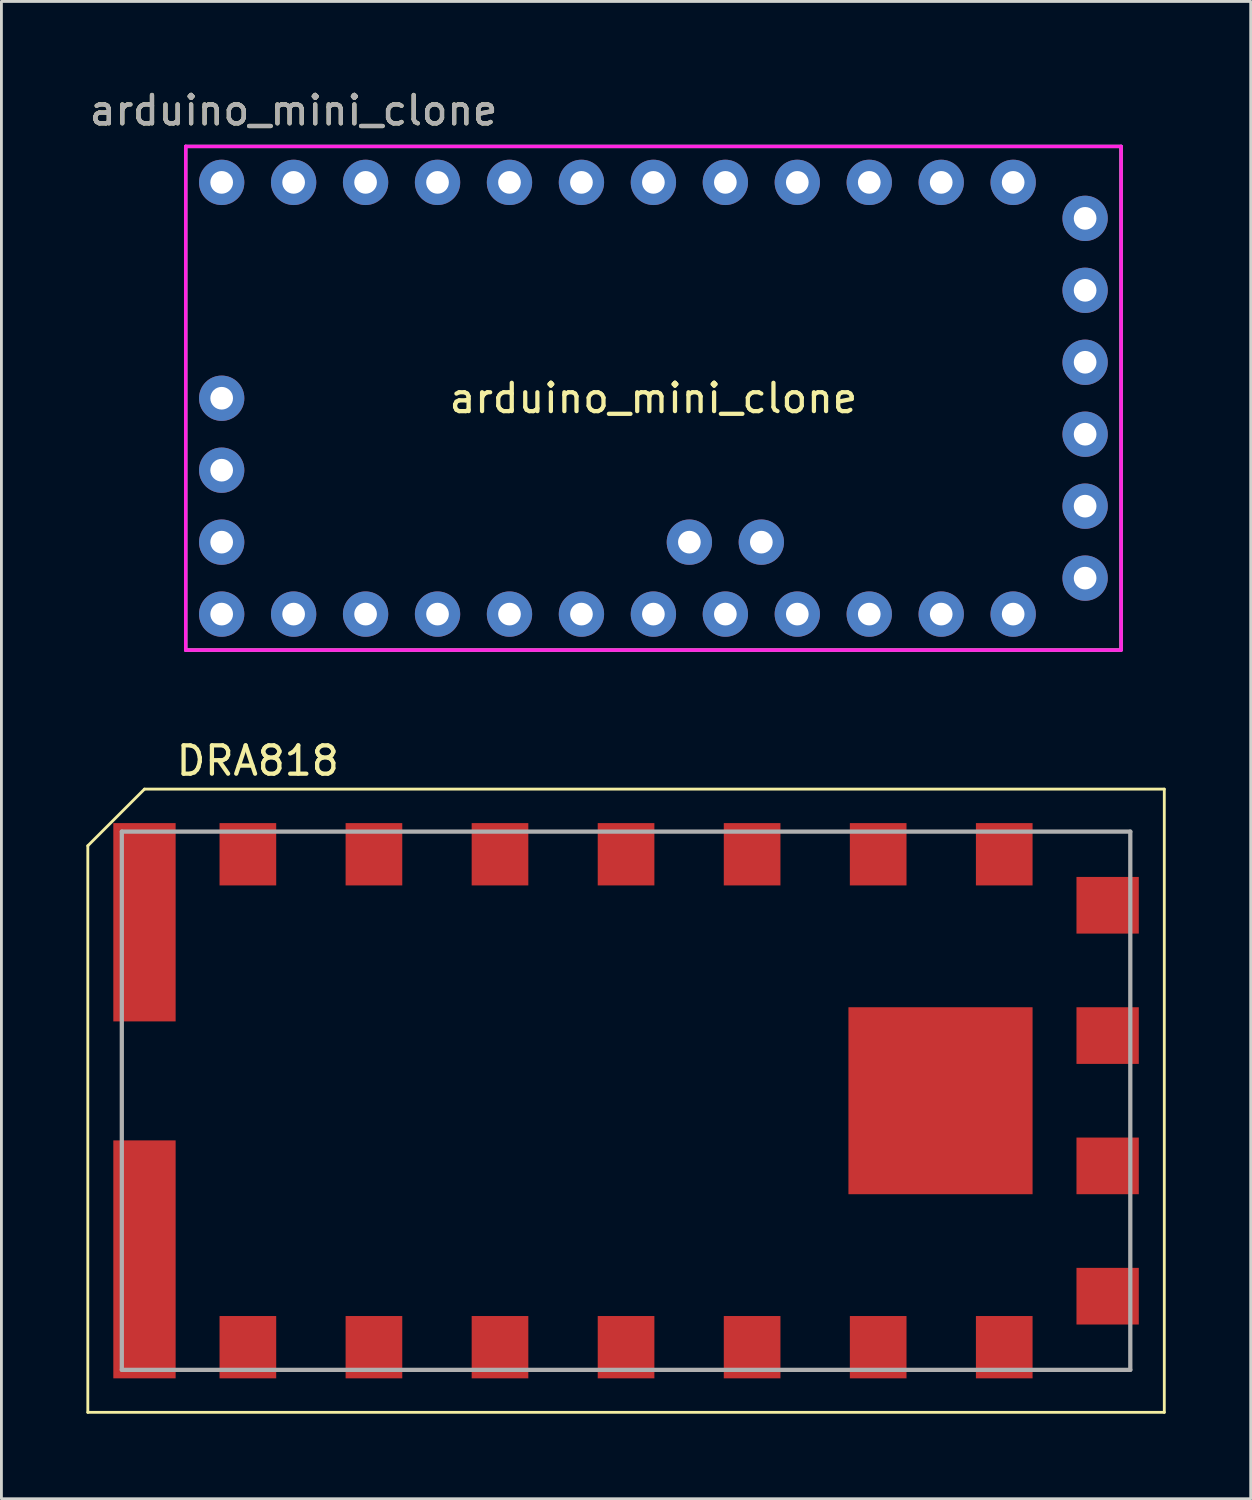
<source format=kicad_pcb>
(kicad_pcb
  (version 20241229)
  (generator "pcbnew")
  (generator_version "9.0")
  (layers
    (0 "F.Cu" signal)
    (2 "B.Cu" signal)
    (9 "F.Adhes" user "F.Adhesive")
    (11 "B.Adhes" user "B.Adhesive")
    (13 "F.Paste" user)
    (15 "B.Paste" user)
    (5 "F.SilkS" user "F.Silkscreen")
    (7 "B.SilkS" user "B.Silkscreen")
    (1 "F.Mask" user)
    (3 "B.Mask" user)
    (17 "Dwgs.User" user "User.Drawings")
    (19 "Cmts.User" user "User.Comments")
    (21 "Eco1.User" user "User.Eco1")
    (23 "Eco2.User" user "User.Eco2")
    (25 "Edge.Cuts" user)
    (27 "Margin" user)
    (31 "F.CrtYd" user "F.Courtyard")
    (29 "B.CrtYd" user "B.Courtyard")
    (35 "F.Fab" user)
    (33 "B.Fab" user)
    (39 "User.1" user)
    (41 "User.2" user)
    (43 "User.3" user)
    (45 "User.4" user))
  (footprint "arduino_mini_clone"
    (layer "F.Cu")
    (at 20.015 11.008)
    (property "Reference" "arduino_mini_clone" (at -12.7 -10.16 0) (layer "F.SilkS") (effects (font (size 1 1) (thickness 0.15))))
    (property "Value" "arduino_mini_clone" (at 0 0 0) (layer "F.Fab") (hide yes) (effects (font (size 1 1) (thickness 0.15))))
    (attr through_hole)
    (fp_line (start -16.51 -8.89) (end -16.51 8.89) (stroke (width 0.1) (type solid)) (layer "F.SilkS"))
    (fp_line (start -16.51 8.89) (end 16.51 8.89) (stroke (width 0.1) (type solid)) (layer "F.SilkS"))
    (fp_line (start 16.51 -8.89) (end -16.51 -8.89) (stroke (width 0.1) (type solid)) (layer "F.SilkS"))
    (fp_line (start 16.51 8.89) (end 16.51 -8.89) (stroke (width 0.1) (type solid)) (layer "F.SilkS"))
    (fp_line (start -16.51 -8.89) (end -16.51 8.89) (stroke (width 0.12) (type solid)) (layer "F.CrtYd"))
    (fp_line (start -16.51 8.89) (end 16.51 8.89) (stroke (width 0.12) (type solid)) (layer "F.CrtYd"))
    (fp_line (start 16.51 -8.89) (end -16.51 -8.89) (stroke (width 0.12) (type solid)) (layer "F.CrtYd"))
    (fp_line (start 16.51 8.89) (end 16.51 -8.89) (stroke (width 0.12) (type solid)) (layer "F.CrtYd"))
    (fp_line (start -16.51 -8.89) (end -16.51 8.89) (stroke (width 0.12) (type solid)) (layer "F.Fab"))
    (fp_line (start -16.51 8.89) (end 16.51 8.89) (stroke (width 0.12) (type solid)) (layer "F.Fab"))
    (fp_line (start 16.51 -8.89) (end -16.51 -8.89) (stroke (width 0.12) (type solid)) (layer "F.Fab"))
    (fp_line (start 16.51 8.89) (end 16.51 -8.89) (stroke (width 0.12) (type solid)) (layer "F.Fab"))
    (fp_text user "${VALUE}" (at 0 0 0) (layer "F.SilkS") (effects (font (size 1 1) (thickness 0.15))))
    (fp_text user "${REFERENCE}" (at -12.7 -10.16 0) (layer "F.Fab") (effects (font (size 1 1) (thickness 0.15))))
    (pad "1" thru_hole circle (at -15.24 0) (size 1.6 1.6) (drill 0.8) (layers "*.Cu" "*.Mask"))
    (pad "2" thru_hole circle (at -15.24 2.54) (size 1.6 1.6) (drill 0.8) (layers "*.Cu" "*.Mask"))
    (pad "3" thru_hole circle (at -15.24 5.08) (size 1.6 1.6) (drill 0.8) (layers "*.Cu" "*.Mask"))
    (pad "4" thru_hole circle (at -15.24 7.62) (size 1.6 1.6) (drill 0.8) (layers "*.Cu" "*.Mask"))
    (pad "5" thru_hole circle (at -12.7 7.62) (size 1.6 1.6) (drill 0.8) (layers "*.Cu" "*.Mask"))
    (pad "6" thru_hole circle (at -10.16 7.62) (size 1.6 1.6) (drill 0.8) (layers "*.Cu" "*.Mask"))
    (pad "7" thru_hole circle (at -7.62 7.62) (size 1.6 1.6) (drill 0.8) (layers "*.Cu" "*.Mask"))
    (pad "8" thru_hole circle (at -5.08 7.62) (size 1.6 1.6) (drill 0.8) (layers "*.Cu" "*.Mask"))
    (pad "9" thru_hole circle (at -2.54 7.62) (size 1.6 1.6) (drill 0.8) (layers "*.Cu" "*.Mask"))
    (pad "10" thru_hole circle (at 0 7.62) (size 1.6 1.6) (drill 0.8) (layers "*.Cu" "*.Mask"))
    (pad "11" thru_hole circle (at 2.54 7.62) (size 1.6 1.6) (drill 0.8) (layers "*.Cu" "*.Mask"))
    (pad "12" thru_hole circle (at 5.08 7.62) (size 1.6 1.6) (drill 0.8) (layers "*.Cu" "*.Mask"))
    (pad "13" thru_hole circle (at 7.62 7.62) (size 1.6 1.6) (drill 0.8) (layers "*.Cu" "*.Mask"))
    (pad "14" thru_hole circle (at 10.16 7.62) (size 1.6 1.6) (drill 0.8) (layers "*.Cu" "*.Mask"))
    (pad "15" thru_hole circle (at 12.7 7.62) (size 1.6 1.6) (drill 0.8) (layers "*.Cu" "*.Mask"))
    (pad "16" thru_hole circle (at 15.24 6.35) (size 1.6 1.6) (drill 0.8) (layers "*.Cu" "*.Mask"))
    (pad "17" thru_hole circle (at 15.24 3.81) (size 1.6 1.6) (drill 0.8) (layers "*.Cu" "*.Mask"))
    (pad "18" thru_hole circle (at 15.24 1.27) (size 1.6 1.6) (drill 0.8) (layers "*.Cu" "*.Mask"))
    (pad "19" thru_hole circle (at 15.24 -1.27) (size 1.6 1.6) (drill 0.8) (layers "*.Cu" "*.Mask"))
    (pad "20" thru_hole circle (at 15.24 -3.81) (size 1.6 1.6) (drill 0.8) (layers "*.Cu" "*.Mask"))
    (pad "21" thru_hole circle (at 15.24 -6.35) (size 1.6 1.6) (drill 0.8) (layers "*.Cu" "*.Mask"))
    (pad "22" thru_hole circle (at 12.7 -7.62) (size 1.6 1.6) (drill 0.8) (layers "*.Cu" "*.Mask"))
    (pad "23" thru_hole circle (at 10.16 -7.62) (size 1.6 1.6) (drill 0.8) (layers "*.Cu" "*.Mask"))
    (pad "24" thru_hole circle (at 7.62 -7.62) (size 1.6 1.6) (drill 0.8) (layers "*.Cu" "*.Mask"))
    (pad "25" thru_hole circle (at 5.08 -7.62) (size 1.6 1.6) (drill 0.8) (layers "*.Cu" "*.Mask"))
    (pad "26" thru_hole circle (at 2.54 -7.62) (size 1.6 1.6) (drill 0.8) (layers "*.Cu" "*.Mask"))
    (pad "27" thru_hole circle (at 0 -7.62) (size 1.6 1.6) (drill 0.8) (layers "*.Cu" "*.Mask"))
    (pad "28" thru_hole circle (at -2.54 -7.62) (size 1.6 1.6) (drill 0.8) (layers "*.Cu" "*.Mask"))
    (pad "29" thru_hole circle (at -5.08 -7.62) (size 1.6 1.6) (drill 0.8) (layers "*.Cu" "*.Mask"))
    (pad "30" thru_hole circle (at -7.62 -7.62) (size 1.6 1.6) (drill 0.8) (layers "*.Cu" "*.Mask"))
    (pad "31" thru_hole circle (at -10.16 -7.62) (size 1.6 1.6) (drill 0.8) (layers "*.Cu" "*.Mask"))
    (pad "32" thru_hole circle (at -12.7 -7.62) (size 1.6 1.6) (drill 0.8) (layers "*.Cu" "*.Mask"))
    (pad "33" thru_hole circle (at -15.24 -7.62) (size 1.6 1.6) (drill 0.8) (layers "*.Cu" "*.Mask"))
    (pad "34" thru_hole circle (at 1.27 5.08) (size 1.6 1.6) (drill 0.8) (layers "*.Cu" "*.Mask"))
    (pad "35" thru_hole circle (at 3.81 5.08) (size 1.6 1.6) (drill 0.8) (layers "*.Cu" "*.Mask")))
  (footprint "DRA818"
    (layer "F.Cu")
    (at 19.05 35.806)
    (property "Reference" "DRA818" (at -13 -12 0) (layer "F.SilkS") (effects (font (size 1 1) (thickness 0.15))))
    (attr through_hole)
    (fp_line (start -19 -9) (end -17 -11) (stroke (width 0.1) (type solid)) (layer "F.SilkS"))
    (fp_line (start -19 11) (end -19 -9) (stroke (width 0.1) (type solid)) (layer "F.SilkS"))
    (fp_line (start -17 -11) (end 19 -11) (stroke (width 0.1) (type solid)) (layer "F.SilkS"))
    (fp_line (start 19 -11) (end 19 11) (stroke (width 0.1) (type solid)) (layer "F.SilkS"))
    (fp_line (start 19 11) (end -19 11) (stroke (width 0.1) (type solid)) (layer "F.SilkS"))
    (fp_line (start -17.8 -9.5) (end 17.8 -9.5) (stroke (width 0.15) (type solid)) (layer "F.Fab"))
    (fp_line (start -17.8 9.5) (end -17.8 -9.5) (stroke (width 0.15) (type solid)) (layer "F.Fab"))
    (fp_line (start 17.8 -9.5) (end 17.8 9.5) (stroke (width 0.15) (type solid)) (layer "F.Fab"))
    (fp_line (start 17.8 9.5) (end -17.8 9.5) (stroke (width 0.15) (type solid)) (layer "F.Fab"))
    (pad "1" smd rect (at -13.35 -8.7) (size 2 2.2) (layers "F.Cu" "F.Mask" "F.Paste"))
    (pad "2" smd rect (at -8.9 -8.7) (size 2 2.2) (layers "F.Cu" "F.Mask" "F.Paste"))
    (pad "3" smd rect (at -4.45 -8.7) (size 2 2.2) (layers "F.Cu" "F.Mask" "F.Paste"))
    (pad "4" smd rect (at 0 -8.7) (size 2 2.2) (layers "F.Cu" "F.Mask" "F.Paste"))
    (pad "5" smd rect (at 4.45 -8.7) (size 2 2.2) (layers "F.Cu" "F.Mask" "F.Paste"))
    (pad "6" smd rect (at 8.9 -8.7) (size 2 2.2) (layers "F.Cu" "F.Mask" "F.Paste"))
    (pad "7" smd rect (at 13.35 -8.7) (size 2 2.2) (layers "F.Cu" "F.Mask" "F.Paste"))
    (pad "8" smd rect (at 17 -6.9 90) (size 2 2.2) (layers "F.Cu" "F.Mask" "F.Paste"))
    (pad "9" smd rect (at 17 -2.3 90) (size 2 2.2) (layers "F.Cu" "F.Mask" "F.Paste"))
    (pad "10" smd rect (at 17 2.3 90) (size 2 2.2) (layers "F.Cu" "F.Mask" "F.Paste"))
    (pad "11" smd rect (at 17 6.9 90) (size 2 2.2) (layers "F.Cu" "F.Mask" "F.Paste"))
    (pad "12" smd rect (at 13.35 8.7) (size 2 2.2) (layers "F.Cu" "F.Mask" "F.Paste"))
    (pad "13" smd rect (at 8.9 8.7) (size 2 2.2) (layers "F.Cu" "F.Mask" "F.Paste"))
    (pad "14" smd rect (at 4.45 8.7) (size 2 2.2) (layers "F.Cu" "F.Mask" "F.Paste"))
    (pad "15" smd rect (at 0 8.7) (size 2 2.2) (layers "F.Cu" "F.Mask" "F.Paste"))
    (pad "16" smd rect (at -4.45 8.7) (size 2 2.2) (layers "F.Cu" "F.Mask" "F.Paste"))
    (pad "17" smd rect (at -8.9 8.7) (size 2 2.2) (layers "F.Cu" "F.Mask" "F.Paste"))
    (pad "18" smd rect (at -13.35 8.7) (size 2 2.2) (layers "F.Cu" "F.Mask" "F.Paste"))
    (pad "P1" smd rect (at 11.1 0) (size 6.5 6.6) (layers "F.Cu" "F.Mask" "F.Paste"))
    (pad "P2" smd rect (at -17 -6.3) (size 2.2 7) (layers "F.Cu" "F.Mask" "F.Paste"))
    (pad "P3" smd rect (at -17 5.6) (size 2.2 8.4) (layers "F.Cu" "F.Mask" "F.Paste")))
  (gr_rect
    (start -3 -3)
    (end 41.1 49.856)
    (stroke (width 0.1) (type default))
    (fill no)
    (layer "Edge.Cuts")))
</source>
